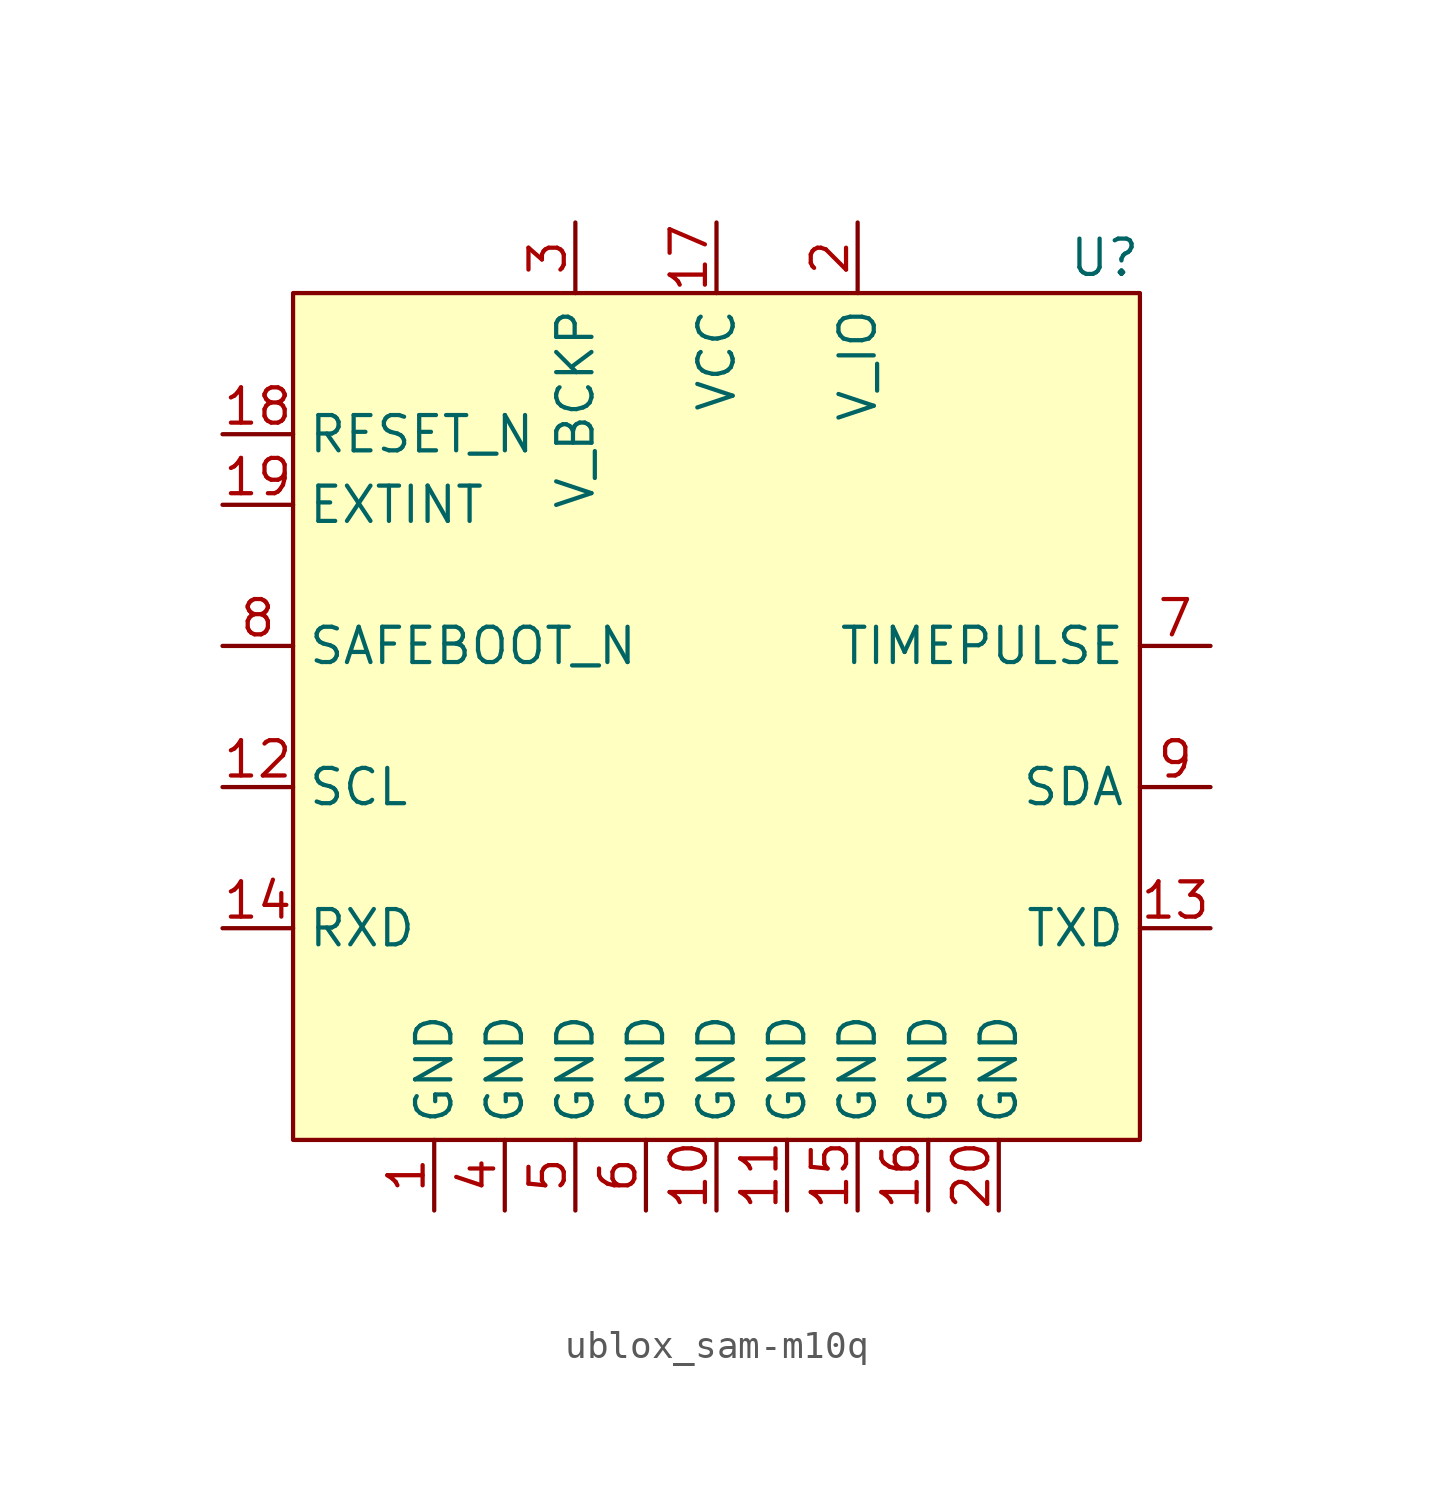
<source format=kicad_sym>
(kicad_symbol_lib
  (version 20241209)
  (generator "kicad_symbol_editor")
  (generator_version "9.0")
  (symbol "ublox_sam-m10q"
    (property "Reference" "U"
      (at 13.97 16.51 0)
      (effects (font (size 1.27 1.27))))
    (property "Value" ""
      (at 0 0 0)
      (effects (font (size 1.27 1.27))))
    (symbol "ublox_sam-m10q_0_0"
      (pin input line (at -17.78 10.16 0) (length 2.54) (name "RESET_N" (effects (font (size 1.27 1.27)))) (number "18" (effects (font (size 1.27 1.27)))))
      (pin input line (at -17.78 7.62 0) (length 2.54) (name "EXTINT" (effects (font (size 1.27 1.27)))) (number "19" (effects (font (size 1.27 1.27)))))
      (pin input line (at -17.78 2.54 0) (length 2.54) (name "SAFEBOOT_N" (effects (font (size 1.27 1.27)))) (number "8" (effects (font (size 1.27 1.27)))))
      (pin input line (at -17.78 -2.54 0) (length 2.54) (name "SCL" (effects (font (size 1.27 1.27)))) (number "12" (effects (font (size 1.27 1.27)))))
      (pin input line (at -17.78 -7.62 0) (length 2.54) (name "RXD" (effects (font (size 1.27 1.27)))) (number "14" (effects (font (size 1.27 1.27)))))
      (pin power_in line (at -10.16 -17.78 90) (length 2.54) (name "GND" (effects (font (size 1.27 1.27)))) (number "1" (effects (font (size 1.27 1.27)))))
      (pin power_in line (at -7.62 -17.78 90) (length 2.54) (name "GND" (effects (font (size 1.27 1.27)))) (number "4" (effects (font (size 1.27 1.27)))))
      (pin power_in line (at -5.08 17.78 270) (length 2.54) (name "V_BCKP" (effects (font (size 1.27 1.27)))) (number "3" (effects (font (size 1.27 1.27)))))
      (pin power_in line (at -5.08 -17.78 90) (length 2.54) (name "GND" (effects (font (size 1.27 1.27)))) (number "5" (effects (font (size 1.27 1.27)))))
      (pin power_in line (at -2.54 -17.78 90) (length 2.54) (name "GND" (effects (font (size 1.27 1.27)))) (number "6" (effects (font (size 1.27 1.27)))))
      (pin power_in line (at 0 17.78 270) (length 2.54) (name "VCC" (effects (font (size 1.27 1.27)))) (number "17" (effects (font (size 1.27 1.27)))))
      (pin power_in line (at 0 -17.78 90) (length 2.54) (name "GND" (effects (font (size 1.27 1.27)))) (number "10" (effects (font (size 1.27 1.27)))))
      (pin power_in line (at 2.54 -17.78 90) (length 2.54) (name "GND" (effects (font (size 1.27 1.27)))) (number "11" (effects (font (size 1.27 1.27)))))
      (pin power_in line (at 5.08 17.78 270) (length 2.54) (name "V_IO" (effects (font (size 1.27 1.27)))) (number "2" (effects (font (size 1.27 1.27)))))
      (pin power_in line (at 5.08 -17.78 90) (length 2.54) (name "GND" (effects (font (size 1.27 1.27)))) (number "15" (effects (font (size 1.27 1.27)))))
      (pin power_in line (at 7.62 -17.78 90) (length 2.54) (name "GND" (effects (font (size 1.27 1.27)))) (number "16" (effects (font (size 1.27 1.27)))))
      (pin power_in line (at 10.16 -17.78 90) (length 2.54) (name "GND" (effects (font (size 1.27 1.27)))) (number "20" (effects (font (size 1.27 1.27)))))
      (pin output line (at 17.78 2.54 180) (length 2.54) (name "TIMEPULSE" (effects (font (size 1.27 1.27)))) (number "7" (effects (font (size 1.27 1.27)))))
      (pin bidirectional line (at 17.78 -2.54 180) (length 2.54) (name "SDA" (effects (font (size 1.27 1.27)))) (number "9" (effects (font (size 1.27 1.27)))))
      (pin output line (at 17.78 -7.62 180) (length 2.54) (name "TXD" (effects (font (size 1.27 1.27)))) (number "13" (effects (font (size 1.27 1.27))))))
    (symbol "ublox_sam-m10q_1_1"
      (rectangle (start -15.24 15.24) (end 15.24 -15.24) (stroke (width 0) (type default)) (fill (type background))))))
</source>
